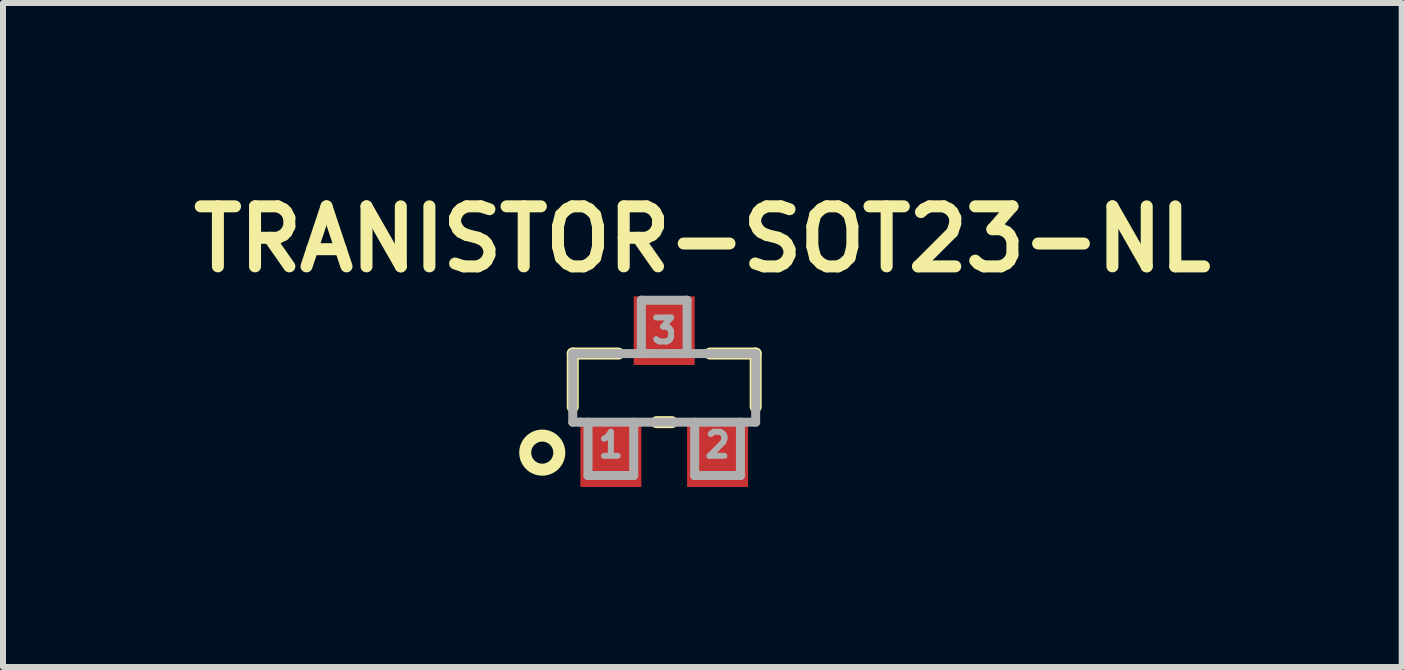
<source format=kicad_pcb>
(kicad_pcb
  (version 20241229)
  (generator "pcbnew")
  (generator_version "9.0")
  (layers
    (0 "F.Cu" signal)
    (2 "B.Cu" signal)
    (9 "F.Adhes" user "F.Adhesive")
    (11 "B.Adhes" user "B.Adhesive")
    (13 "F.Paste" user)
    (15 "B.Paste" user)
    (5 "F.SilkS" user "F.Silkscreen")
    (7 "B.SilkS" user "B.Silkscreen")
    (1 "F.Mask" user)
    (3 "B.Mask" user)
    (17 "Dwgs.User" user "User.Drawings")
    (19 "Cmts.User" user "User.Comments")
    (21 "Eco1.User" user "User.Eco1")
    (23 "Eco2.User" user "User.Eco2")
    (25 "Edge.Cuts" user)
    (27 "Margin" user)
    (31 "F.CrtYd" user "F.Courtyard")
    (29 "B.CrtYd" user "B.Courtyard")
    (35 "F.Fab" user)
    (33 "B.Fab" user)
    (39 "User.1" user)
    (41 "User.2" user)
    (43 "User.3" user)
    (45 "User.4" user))
  (footprint "TRANISTOR-SOT23-NL"
    (layer "F.Cu")
    (at 8.017 3.476)
    (property "Reference" "TRANISTOR-SOT23-NL" (at 0.635 -2.54 0) (layer "F.SilkS") (effects (font (size 1 1) (thickness 0.2))))
    (attr smd)
    (fp_line (start -1.524 -0.635) (end -1.524 0.254) (stroke (width 0.2) (type solid)) (layer "F.SilkS"))
    (fp_line (start -0.762 -0.635) (end -1.524 -0.635) (stroke (width 0.2) (type solid)) (layer "F.SilkS"))
    (fp_line (start -0.127 0.508) (end 0.127 0.508) (stroke (width 0.2) (type solid)) (layer "F.SilkS"))
    (fp_line (start 0.762 -0.635) (end 1.524 -0.635) (stroke (width 0.2) (type solid)) (layer "F.SilkS"))
    (fp_line (start 1.524 -0.635) (end 1.524 0.254) (stroke (width 0.2) (type solid)) (layer "F.SilkS"))
    (fp_circle (center -2.032 1.016) (end -1.905 1.27) (stroke (width 0.2) (type solid)) (fill no) (layer "F.SilkS"))
    (fp_line (start -1.524 -0.635) (end -1.397 -0.635) (stroke (width 0.15) (type solid)) (layer "F.Fab"))
    (fp_line (start -1.524 0.508) (end -1.524 -0.635) (stroke (width 0.15) (type solid)) (layer "F.Fab"))
    (fp_line (start -1.397 -0.635) (end 1.524 -0.635) (stroke (width 0.15) (type solid)) (layer "F.Fab"))
    (fp_line (start -1.397 0.508) (end -1.524 0.508) (stroke (width 0.15) (type solid)) (layer "F.Fab"))
    (fp_line (start -1.27 0.508) (end -1.27 1.397) (stroke (width 0.15) (type solid)) (layer "F.Fab"))
    (fp_line (start -1.27 1.397) (end -0.508 1.397) (stroke (width 0.15) (type solid)) (layer "F.Fab"))
    (fp_line (start -0.508 1.397) (end -0.508 0.508) (stroke (width 0.15) (type solid)) (layer "F.Fab"))
    (fp_line (start -0.381 -1.524) (end 0.381 -1.524) (stroke (width 0.15) (type solid)) (layer "F.Fab"))
    (fp_line (start -0.381 -0.635) (end -0.381 -1.524) (stroke (width 0.15) (type solid)) (layer "F.Fab"))
    (fp_line (start 0.381 -1.524) (end 0.381 -0.635) (stroke (width 0.15) (type solid)) (layer "F.Fab"))
    (fp_line (start 0.508 0.508) (end 0.508 1.397) (stroke (width 0.15) (type solid)) (layer "F.Fab"))
    (fp_line (start 0.508 1.397) (end 1.27 1.397) (stroke (width 0.15) (type solid)) (layer "F.Fab"))
    (fp_line (start 1.27 1.397) (end 1.27 0.508) (stroke (width 0.15) (type solid)) (layer "F.Fab"))
    (fp_line (start 1.524 -0.635) (end 1.524 0.508) (stroke (width 0.15) (type solid)) (layer "F.Fab"))
    (fp_line (start 1.524 0.508) (end -1.397 0.508) (stroke (width 0.15) (type solid)) (layer "F.Fab"))
    (fp_text user "3" (at 0 -1.016 0) (layer "F.Fab") (effects (font (size 0.4 0.4) (thickness 0.1))))
    (fp_text user "2" (at 0.889 0.889 0) (layer "F.Fab") (effects (font (size 0.4 0.4) (thickness 0.1))))
    (fp_text user "1" (at -0.889 0.889 0) (layer "F.Fab") (effects (font (size 0.4 0.4) (thickness 0.1))))
    (pad "1" smd rect (at -0.889 1.016 180) (size 1.016 1.143) (layers "F.Cu" "F.Mask" "F.Paste"))
    (pad "2" smd rect (at 0.889 1.016) (size 1.016 1.143) (layers "F.Cu" "F.Mask" "F.Paste"))
    (pad "3" smd rect (at 0 -1.016) (size 1.016 1.143) (layers "F.Cu" "F.Mask" "F.Paste")))
  (gr_rect
    (start -3 -3)
    (end 20.305 8.063)
    (stroke (width 0.1) (type default))
    (fill no)
    (layer "Edge.Cuts")))
</source>
